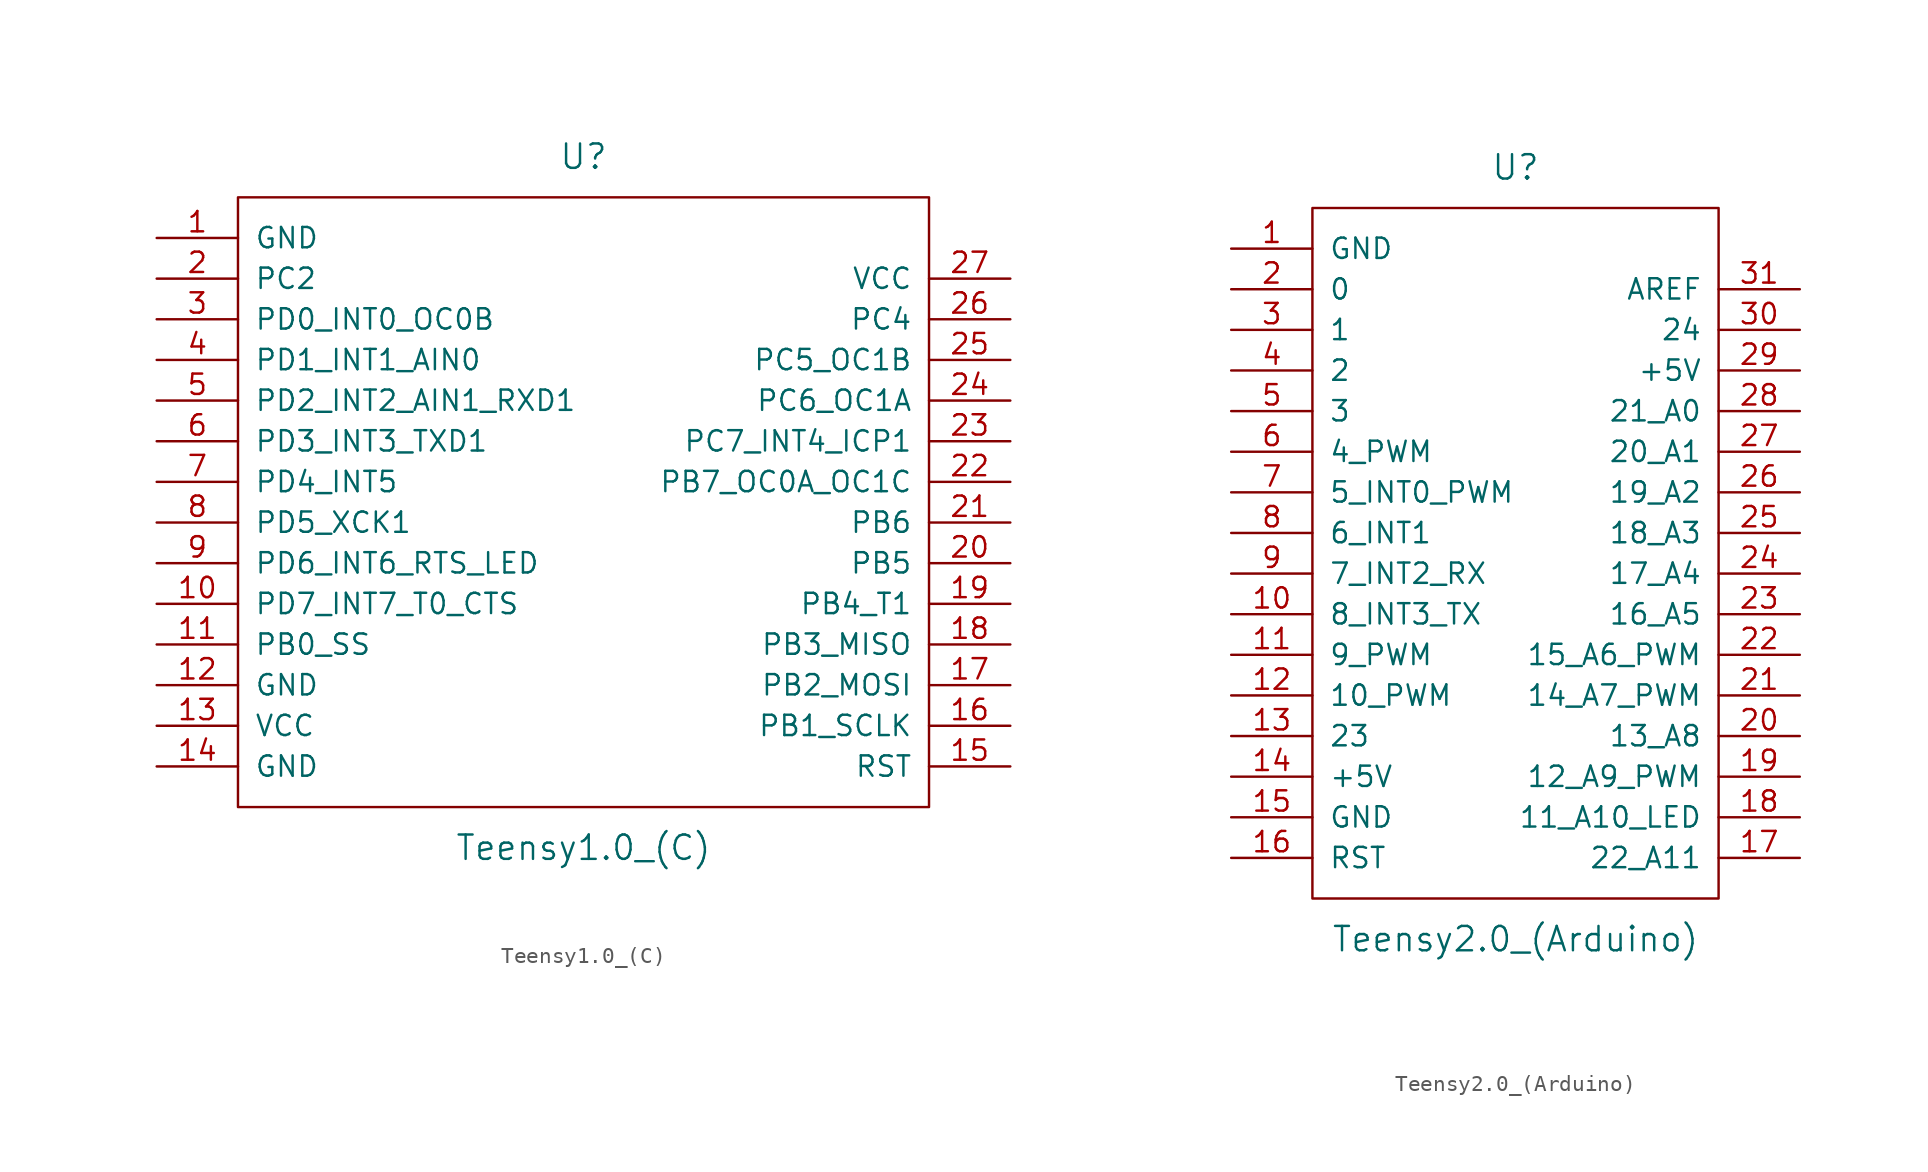
<source format=kicad_sym>
(kicad_symbol_lib
  (version 20220914)
  (generator kicad_symbol_editor)
  (symbol "Teensy1.0_(C)"
    (pin_names
      (offset 1.016))
    (property "Reference" "U"
      (at 0 21.59 0)
      (effects (font (size 1.524 1.524))))
    (property "Value" "Teensy1.0_(C)"
      (at 0 -21.59 0)
      (effects (font (size 1.524 1.524))))
    (property "Footprint" ""
      (at 2.54 -21.59 0)
      (effects (font (size 1.524 1.524))))
    (property "Datasheet" ""
      (at 2.54 -21.59 0)
      (effects (font (size 1.524 1.524))))
    (symbol "Teensy1.0_(C)_0_1"
      (rectangle (start -21.59 19.05) (end 21.59 -19.05) (stroke (width 0) (type solid)) (fill (type none))))
    (symbol "Teensy1.0_(C)_1_1"
      (pin power_in line (at -26.67 16.51 0) (length 5.08) (name "GND" (effects (font (size 1.27 1.27)))) (number "1" (effects (font (size 1.27 1.27)))))
      (pin bidirectional line (at -26.67 -6.35 0) (length 5.08) (name "PD7_INT7_T0_CTS" (effects (font (size 1.27 1.27)))) (number "10" (effects (font (size 1.27 1.27)))))
      (pin bidirectional line (at -26.67 -8.89 0) (length 5.08) (name "PB0_SS" (effects (font (size 1.27 1.27)))) (number "11" (effects (font (size 1.27 1.27)))))
      (pin power_in line (at -26.67 -11.43 0) (length 5.08) (name "GND" (effects (font (size 1.27 1.27)))) (number "12" (effects (font (size 1.27 1.27)))))
      (pin power_in line (at -26.67 -13.97 0) (length 5.08) (name "VCC" (effects (font (size 1.27 1.27)))) (number "13" (effects (font (size 1.27 1.27)))))
      (pin power_in line (at -26.67 -16.51 0) (length 5.08) (name "GND" (effects (font (size 1.27 1.27)))) (number "14" (effects (font (size 1.27 1.27)))))
      (pin input line (at 26.67 -16.51 180) (length 5.08) (name "RST" (effects (font (size 1.27 1.27)))) (number "15" (effects (font (size 1.27 1.27)))))
      (pin bidirectional line (at 26.67 -13.97 180) (length 5.08) (name "PB1_SCLK" (effects (font (size 1.27 1.27)))) (number "16" (effects (font (size 1.27 1.27)))))
      (pin bidirectional line (at 26.67 -11.43 180) (length 5.08) (name "PB2_MOSI" (effects (font (size 1.27 1.27)))) (number "17" (effects (font (size 1.27 1.27)))))
      (pin bidirectional line (at 26.67 -8.89 180) (length 5.08) (name "PB3_MISO" (effects (font (size 1.27 1.27)))) (number "18" (effects (font (size 1.27 1.27)))))
      (pin bidirectional line (at 26.67 -6.35 180) (length 5.08) (name "PB4_T1" (effects (font (size 1.27 1.27)))) (number "19" (effects (font (size 1.27 1.27)))))
      (pin bidirectional line (at -26.67 13.97 0) (length 5.08) (name "PC2" (effects (font (size 1.27 1.27)))) (number "2" (effects (font (size 1.27 1.27)))))
      (pin bidirectional line (at 26.67 -3.81 180) (length 5.08) (name "PB5" (effects (font (size 1.27 1.27)))) (number "20" (effects (font (size 1.27 1.27)))))
      (pin bidirectional line (at 26.67 -1.27 180) (length 5.08) (name "PB6" (effects (font (size 1.27 1.27)))) (number "21" (effects (font (size 1.27 1.27)))))
      (pin bidirectional line (at 26.67 1.27 180) (length 5.08) (name "PB7_OC0A_OC1C" (effects (font (size 1.27 1.27)))) (number "22" (effects (font (size 1.27 1.27)))))
      (pin bidirectional line (at 26.67 3.81 180) (length 5.08) (name "PC7_INT4_ICP1" (effects (font (size 1.27 1.27)))) (number "23" (effects (font (size 1.27 1.27)))))
      (pin bidirectional line (at 26.67 6.35 180) (length 5.08) (name "PC6_OC1A" (effects (font (size 1.27 1.27)))) (number "24" (effects (font (size 1.27 1.27)))))
      (pin bidirectional line (at 26.67 8.89 180) (length 5.08) (name "PC5_OC1B" (effects (font (size 1.27 1.27)))) (number "25" (effects (font (size 1.27 1.27)))))
      (pin bidirectional line (at 26.67 11.43 180) (length 5.08) (name "PC4" (effects (font (size 1.27 1.27)))) (number "26" (effects (font (size 1.27 1.27)))))
      (pin power_in line (at 26.67 13.97 180) (length 5.08) (name "VCC" (effects (font (size 1.27 1.27)))) (number "27" (effects (font (size 1.27 1.27)))))
      (pin bidirectional line (at -26.67 11.43 0) (length 5.08) (name "PD0_INT0_OC0B" (effects (font (size 1.27 1.27)))) (number "3" (effects (font (size 1.27 1.27)))))
      (pin bidirectional line (at -26.67 8.89 0) (length 5.08) (name "PD1_INT1_AIN0" (effects (font (size 1.27 1.27)))) (number "4" (effects (font (size 1.27 1.27)))))
      (pin bidirectional line (at -26.67 6.35 0) (length 5.08) (name "PD2_INT2_AIN1_RXD1" (effects (font (size 1.27 1.27)))) (number "5" (effects (font (size 1.27 1.27)))))
      (pin bidirectional line (at -26.67 3.81 0) (length 5.08) (name "PD3_INT3_TXD1" (effects (font (size 1.27 1.27)))) (number "6" (effects (font (size 1.27 1.27)))))
      (pin bidirectional line (at -26.67 1.27 0) (length 5.08) (name "PD4_INT5" (effects (font (size 1.27 1.27)))) (number "7" (effects (font (size 1.27 1.27)))))
      (pin bidirectional line (at -26.67 -1.27 0) (length 5.08) (name "PD5_XCK1" (effects (font (size 1.27 1.27)))) (number "8" (effects (font (size 1.27 1.27)))))
      (pin bidirectional line (at -26.67 -3.81 0) (length 5.08) (name "PD6_INT6_RTS_LED" (effects (font (size 1.27 1.27)))) (number "9" (effects (font (size 1.27 1.27)))))))
  (symbol "Teensy2.0_(Arduino)"
    (pin_names
      (offset 1.016))
    (property "Reference" "U"
      (at 0 24.13 0)
      (effects (font (size 1.524 1.524))))
    (property "Value" "Teensy2.0_(Arduino)"
      (at 0 -24.13 0)
      (effects (font (size 1.524 1.524))))
    (property "Footprint" ""
      (at 2.54 -26.67 0)
      (effects (font (size 1.524 1.524))))
    (property "Datasheet" ""
      (at 2.54 -26.67 0)
      (effects (font (size 1.524 1.524))))
    (symbol "Teensy2.0_(Arduino)_0_1"
      (rectangle (start -12.7 21.59) (end 12.7 -21.59) (stroke (width 0) (type solid)) (fill (type none))))
    (symbol "Teensy2.0_(Arduino)_1_1"
      (pin power_in line (at -17.78 19.05 0) (length 5.08) (name "GND" (effects (font (size 1.27 1.27)))) (number "1" (effects (font (size 1.27 1.27)))))
      (pin bidirectional line (at -17.78 -3.81 0) (length 5.08) (name "8_INT3_TX" (effects (font (size 1.27 1.27)))) (number "10" (effects (font (size 1.27 1.27)))))
      (pin bidirectional line (at -17.78 -6.35 0) (length 5.08) (name "9_PWM" (effects (font (size 1.27 1.27)))) (number "11" (effects (font (size 1.27 1.27)))))
      (pin bidirectional line (at -17.78 -8.89 0) (length 5.08) (name "10_PWM" (effects (font (size 1.27 1.27)))) (number "12" (effects (font (size 1.27 1.27)))))
      (pin bidirectional line (at -17.78 -11.43 0) (length 5.08) (name "23" (effects (font (size 1.27 1.27)))) (number "13" (effects (font (size 1.27 1.27)))))
      (pin power_in line (at -17.78 -13.97 0) (length 5.08) (name "+5V" (effects (font (size 1.27 1.27)))) (number "14" (effects (font (size 1.27 1.27)))))
      (pin power_in line (at -17.78 -16.51 0) (length 5.08) (name "GND" (effects (font (size 1.27 1.27)))) (number "15" (effects (font (size 1.27 1.27)))))
      (pin input line (at -17.78 -19.05 0) (length 5.08) (name "RST" (effects (font (size 1.27 1.27)))) (number "16" (effects (font (size 1.27 1.27)))))
      (pin bidirectional line (at 17.78 -19.05 180) (length 5.08) (name "22_A11" (effects (font (size 1.27 1.27)))) (number "17" (effects (font (size 1.27 1.27)))))
      (pin bidirectional line (at 17.78 -16.51 180) (length 5.08) (name "11_A10_LED" (effects (font (size 1.27 1.27)))) (number "18" (effects (font (size 1.27 1.27)))))
      (pin bidirectional line (at 17.78 -13.97 180) (length 5.08) (name "12_A9_PWM" (effects (font (size 1.27 1.27)))) (number "19" (effects (font (size 1.27 1.27)))))
      (pin bidirectional line (at -17.78 16.51 0) (length 5.08) (name "0" (effects (font (size 1.27 1.27)))) (number "2" (effects (font (size 1.27 1.27)))))
      (pin bidirectional line (at 17.78 -11.43 180) (length 5.08) (name "13_A8" (effects (font (size 1.27 1.27)))) (number "20" (effects (font (size 1.27 1.27)))))
      (pin bidirectional line (at 17.78 -8.89 180) (length 5.08) (name "14_A7_PWM" (effects (font (size 1.27 1.27)))) (number "21" (effects (font (size 1.27 1.27)))))
      (pin bidirectional line (at 17.78 -6.35 180) (length 5.08) (name "15_A6_PWM" (effects (font (size 1.27 1.27)))) (number "22" (effects (font (size 1.27 1.27)))))
      (pin bidirectional line (at 17.78 -3.81 180) (length 5.08) (name "16_A5" (effects (font (size 1.27 1.27)))) (number "23" (effects (font (size 1.27 1.27)))))
      (pin bidirectional line (at 17.78 -1.27 180) (length 5.08) (name "17_A4" (effects (font (size 1.27 1.27)))) (number "24" (effects (font (size 1.27 1.27)))))
      (pin bidirectional line (at 17.78 1.27 180) (length 5.08) (name "18_A3" (effects (font (size 1.27 1.27)))) (number "25" (effects (font (size 1.27 1.27)))))
      (pin bidirectional line (at 17.78 3.81 180) (length 5.08) (name "19_A2" (effects (font (size 1.27 1.27)))) (number "26" (effects (font (size 1.27 1.27)))))
      (pin bidirectional line (at 17.78 6.35 180) (length 5.08) (name "20_A1" (effects (font (size 1.27 1.27)))) (number "27" (effects (font (size 1.27 1.27)))))
      (pin bidirectional line (at 17.78 8.89 180) (length 5.08) (name "21_A0" (effects (font (size 1.27 1.27)))) (number "28" (effects (font (size 1.27 1.27)))))
      (pin power_in line (at 17.78 11.43 180) (length 5.08) (name "+5V" (effects (font (size 1.27 1.27)))) (number "29" (effects (font (size 1.27 1.27)))))
      (pin bidirectional line (at -17.78 13.97 0) (length 5.08) (name "1" (effects (font (size 1.27 1.27)))) (number "3" (effects (font (size 1.27 1.27)))))
      (pin bidirectional line (at 17.78 13.97 180) (length 5.08) (name "24" (effects (font (size 1.27 1.27)))) (number "30" (effects (font (size 1.27 1.27)))))
      (pin input line (at 17.78 16.51 180) (length 5.08) (name "AREF" (effects (font (size 1.27 1.27)))) (number "31" (effects (font (size 1.27 1.27)))))
      (pin bidirectional line (at -17.78 11.43 0) (length 5.08) (name "2" (effects (font (size 1.27 1.27)))) (number "4" (effects (font (size 1.27 1.27)))))
      (pin bidirectional line (at -17.78 8.89 0) (length 5.08) (name "3" (effects (font (size 1.27 1.27)))) (number "5" (effects (font (size 1.27 1.27)))))
      (pin bidirectional line (at -17.78 6.35 0) (length 5.08) (name "4_PWM" (effects (font (size 1.27 1.27)))) (number "6" (effects (font (size 1.27 1.27)))))
      (pin bidirectional line (at -17.78 3.81 0) (length 5.08) (name "5_INT0_PWM" (effects (font (size 1.27 1.27)))) (number "7" (effects (font (size 1.27 1.27)))))
      (pin bidirectional line (at -17.78 1.27 0) (length 5.08) (name "6_INT1" (effects (font (size 1.27 1.27)))) (number "8" (effects (font (size 1.27 1.27)))))
      (pin bidirectional line (at -17.78 -1.27 0) (length 5.08) (name "7_INT2_RX" (effects (font (size 1.27 1.27)))) (number "9" (effects (font (size 1.27 1.27))))))))
</source>
